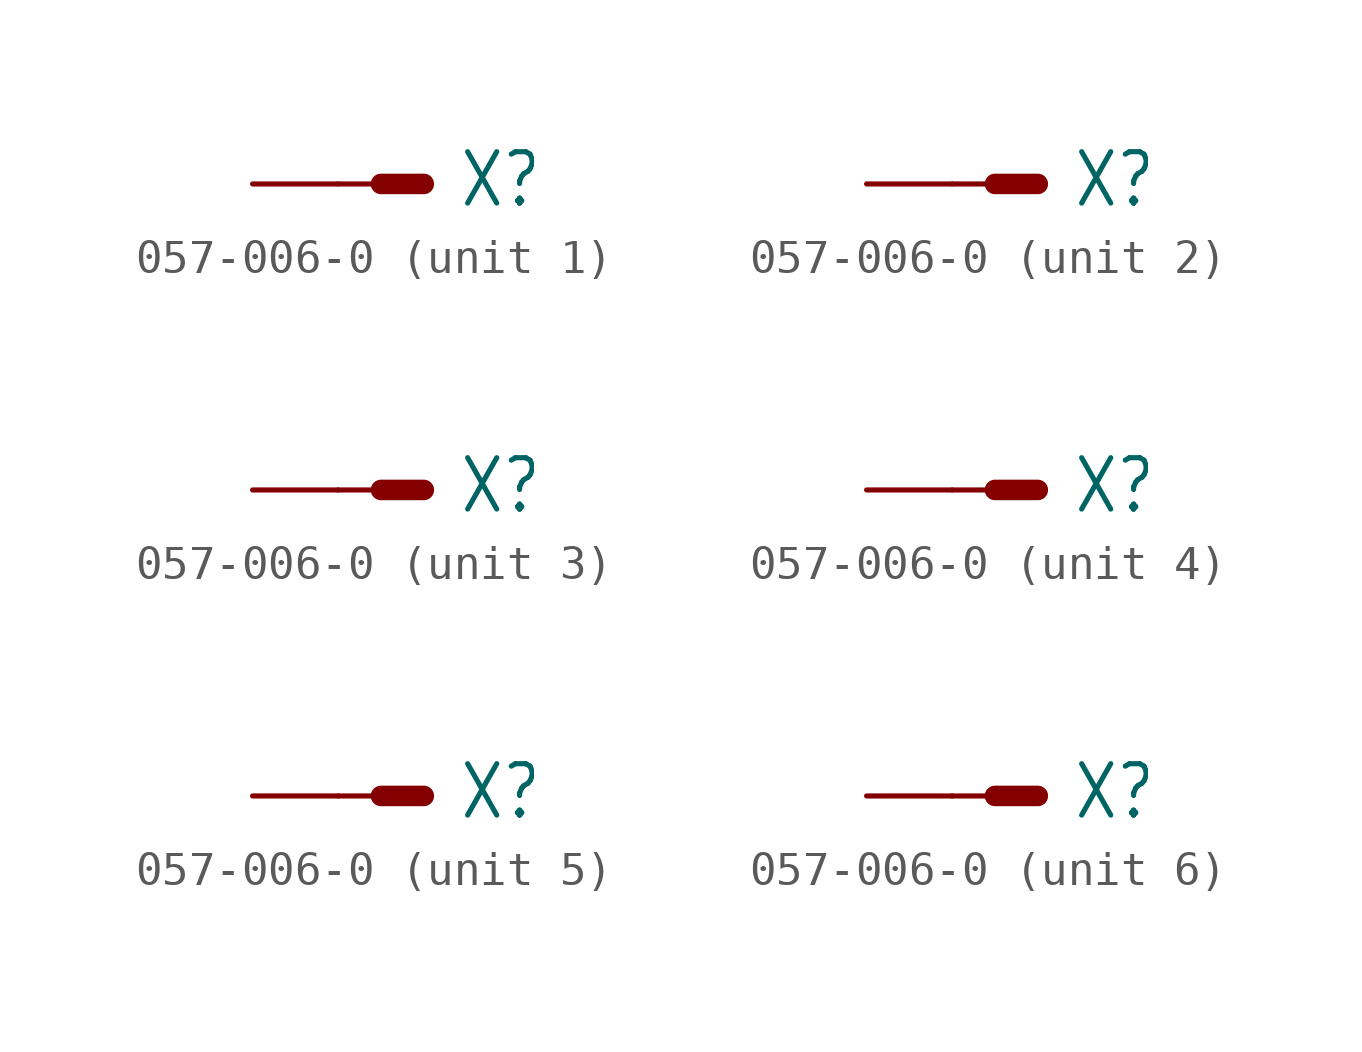
<source format=kicad_sym>
(kicad_symbol_lib
  (version 20211014)
  (generator kicad_symbol_editor)
  (symbol "057-006-0"
    (property "Reference" "X"
      (at 1.016 -0.762 0)
      (effects (font (size 1.524 1.295)) (justify left bottom)))
    (property "ki_locked" ""
      (at 0 0 0)
      (effects (font (size 1.27 1.27))))
    (symbol "057-006-0_1_0"
      (polyline (pts (xy -2.54 0) (xy -1.27 0)) (stroke (width 0.152) (type default) (color 0 0 0 0)) (fill (type none)))
      (polyline (pts (xy 0 0) (xy -1.27 0)) (stroke (width 0.61) (type default) (color 0 0 0 0)) (fill (type none)))
      (pin passive line (at -5.08 0 0) (length 2.54) (name "S" (effects (font (size 0 0)))) (number "1" (effects (font (size 0 0))))))
    (symbol "057-006-0_2_0"
      (polyline (pts (xy -2.54 0) (xy -1.27 0)) (stroke (width 0.152) (type default) (color 0 0 0 0)) (fill (type none)))
      (polyline (pts (xy 0 0) (xy -1.27 0)) (stroke (width 0.61) (type default) (color 0 0 0 0)) (fill (type none)))
      (pin passive line (at -5.08 0 0) (length 2.54) (name "S" (effects (font (size 0 0)))) (number "2" (effects (font (size 0 0))))))
    (symbol "057-006-0_3_0"
      (polyline (pts (xy -2.54 0) (xy -1.27 0)) (stroke (width 0.152) (type default) (color 0 0 0 0)) (fill (type none)))
      (polyline (pts (xy 0 0) (xy -1.27 0)) (stroke (width 0.61) (type default) (color 0 0 0 0)) (fill (type none)))
      (pin passive line (at -5.08 0 0) (length 2.54) (name "S" (effects (font (size 0 0)))) (number "3" (effects (font (size 0 0))))))
    (symbol "057-006-0_4_0"
      (polyline (pts (xy -2.54 0) (xy -1.27 0)) (stroke (width 0.152) (type default) (color 0 0 0 0)) (fill (type none)))
      (polyline (pts (xy 0 0) (xy -1.27 0)) (stroke (width 0.61) (type default) (color 0 0 0 0)) (fill (type none)))
      (pin passive line (at -5.08 0 0) (length 2.54) (name "S" (effects (font (size 0 0)))) (number "4" (effects (font (size 0 0))))))
    (symbol "057-006-0_5_0"
      (polyline (pts (xy -2.54 0) (xy -1.27 0)) (stroke (width 0.152) (type default) (color 0 0 0 0)) (fill (type none)))
      (polyline (pts (xy 0 0) (xy -1.27 0)) (stroke (width 0.61) (type default) (color 0 0 0 0)) (fill (type none)))
      (pin passive line (at -5.08 0 0) (length 2.54) (name "S" (effects (font (size 0 0)))) (number "5" (effects (font (size 0 0))))))
    (symbol "057-006-0_6_0"
      (polyline (pts (xy -2.54 0) (xy -1.27 0)) (stroke (width 0.152) (type default) (color 0 0 0 0)) (fill (type none)))
      (polyline (pts (xy 0 0) (xy -1.27 0)) (stroke (width 0.61) (type default) (color 0 0 0 0)) (fill (type none)))
      (pin passive line (at -5.08 0 0) (length 2.54) (name "S" (effects (font (size 0 0)))) (number "6" (effects (font (size 0 0))))))))
</source>
